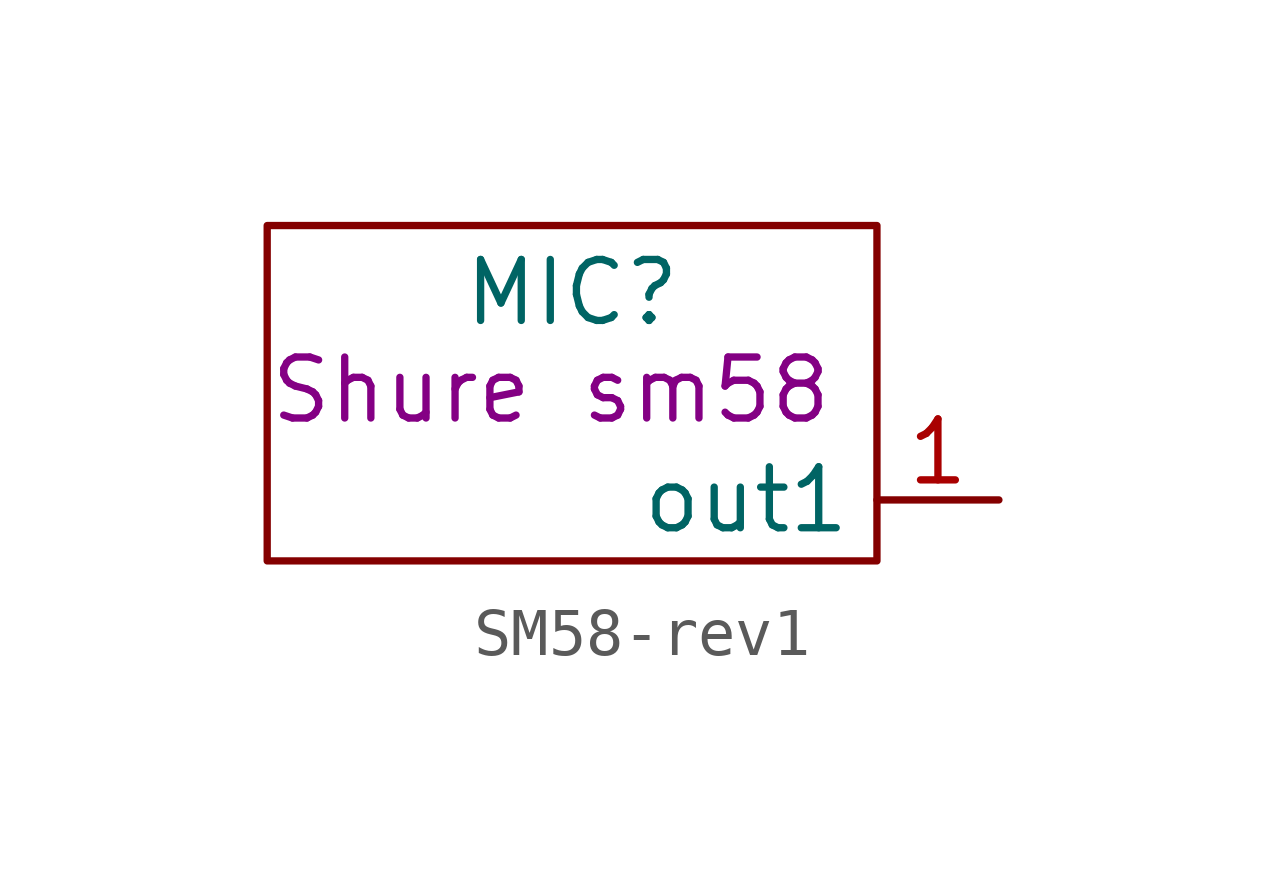
<source format=kicad_sym>
(kicad_symbol_lib
  (version 20241209)
  (generator "kicad_symbol_editor")
  (generator_version "9.0")
  (symbol "SM58-rev1"
    (property "Reference" "MIC"
      (at 0 5.588 0)
      (do_not_autoplace)
      (effects (font (size 1.27 1.27))))
    (property "Value" ""
      (at -3.81 1.27 0)
      (do_not_autoplace)
      (effects (font (size 1.27 1.27))))
    (property "MFG" "Shure"
      (at -3.556 3.556 0)
      (do_not_autoplace)
      (effects (font (size 1.27 1.27))))
    (property "MPN" "sm58"
      (at 2.794 3.556 0)
      (do_not_autoplace)
      (effects (font (size 1.27 1.27))))
    (symbol "SM58-rev1_0_1"
      (rectangle (start -6.35 6.985) (end 6.35 0) (stroke (width 0) (type default)) (fill (type none))))
    (symbol "SM58-rev1_1_1"
      (pin unspecified line (at 8.89 1.27 180) (length 2.54) (name "out1" (effects (font (size 1.27 1.27)))) (number "1" (effects (font (size 1.27 1.27))))))))
</source>
